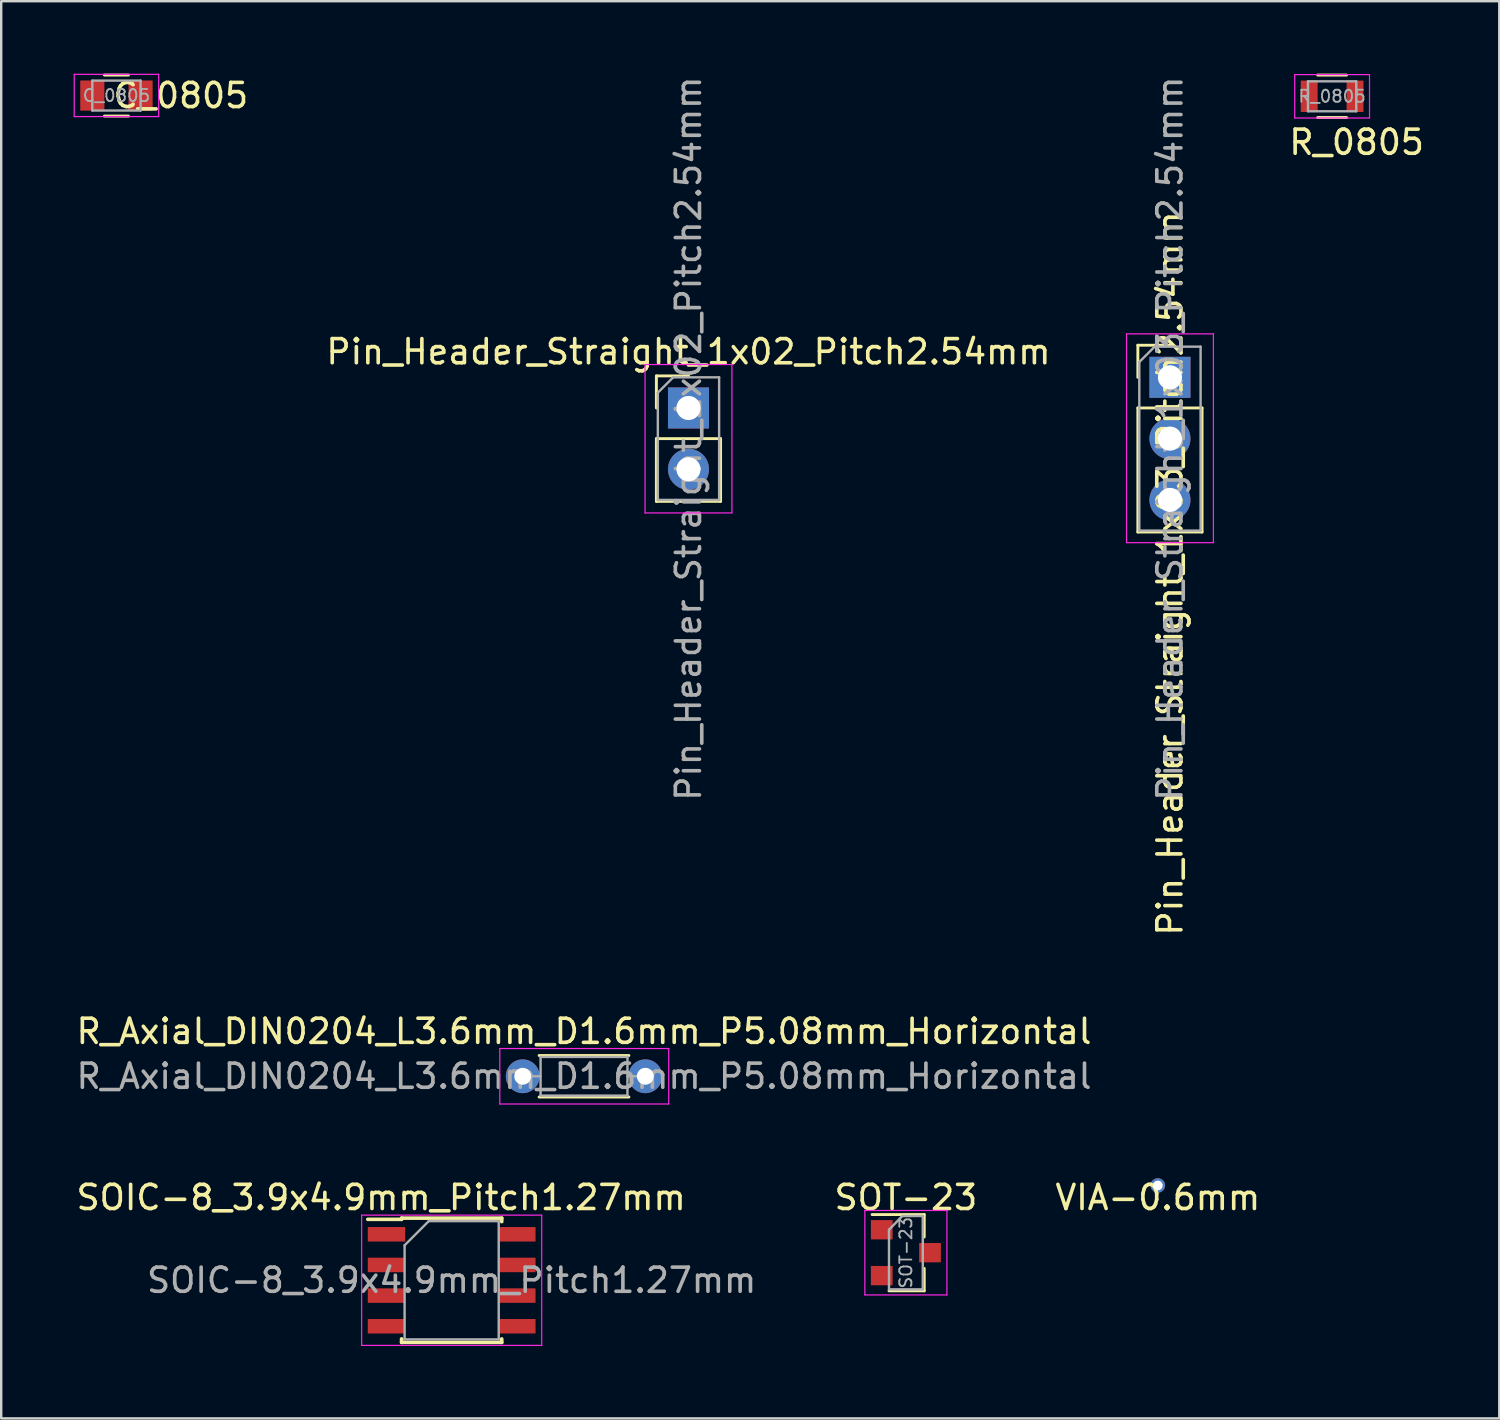
<source format=kicad_pcb>
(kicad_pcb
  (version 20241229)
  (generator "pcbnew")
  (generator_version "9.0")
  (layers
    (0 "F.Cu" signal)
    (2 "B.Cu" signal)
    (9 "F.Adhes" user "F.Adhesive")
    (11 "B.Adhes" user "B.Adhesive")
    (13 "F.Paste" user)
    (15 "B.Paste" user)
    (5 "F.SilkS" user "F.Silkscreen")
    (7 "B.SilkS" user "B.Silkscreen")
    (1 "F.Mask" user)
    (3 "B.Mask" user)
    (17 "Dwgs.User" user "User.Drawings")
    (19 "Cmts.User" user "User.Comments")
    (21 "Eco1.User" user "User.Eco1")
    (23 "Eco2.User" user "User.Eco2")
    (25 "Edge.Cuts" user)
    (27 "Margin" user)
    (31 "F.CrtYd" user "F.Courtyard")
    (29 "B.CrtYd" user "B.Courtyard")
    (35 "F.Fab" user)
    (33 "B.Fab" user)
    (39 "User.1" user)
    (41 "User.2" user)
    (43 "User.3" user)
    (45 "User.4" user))
  (footprint "SOIC-8_3.9x4.9mm_Pitch1.27mm"
    (layer "F.Cu")
    (at 15.665 49.999)
    (property "Reference" "SOIC-8_3.9x4.9mm_Pitch1.27mm" (at -2.921 -3.429 180) (layer "F.SilkS") (effects (font (size 1 1) (thickness 0.15))))
    (attr smd)
    (fp_line (start -2.075 -2.575) (end -2.075 -2.525) (stroke (width 0.15) (type solid)) (layer "F.SilkS"))
    (fp_line (start -2.075 -2.575) (end 2.075 -2.575) (stroke (width 0.15) (type solid)) (layer "F.SilkS"))
    (fp_line (start -2.075 -2.525) (end -3.475 -2.525) (stroke (width 0.15) (type solid)) (layer "F.SilkS"))
    (fp_line (start -2.075 2.575) (end -2.075 2.43) (stroke (width 0.15) (type solid)) (layer "F.SilkS"))
    (fp_line (start -2.075 2.575) (end 2.075 2.575) (stroke (width 0.15) (type solid)) (layer "F.SilkS"))
    (fp_line (start 2.075 -2.575) (end 2.075 -2.43) (stroke (width 0.15) (type solid)) (layer "F.SilkS"))
    (fp_line (start 2.075 2.575) (end 2.075 2.43) (stroke (width 0.15) (type solid)) (layer "F.SilkS"))
    (fp_line (start -3.73 -2.7) (end -3.73 2.7) (stroke (width 0.05) (type solid)) (layer "F.CrtYd"))
    (fp_line (start -3.73 -2.7) (end 3.73 -2.7) (stroke (width 0.05) (type solid)) (layer "F.CrtYd"))
    (fp_line (start -3.73 2.7) (end 3.73 2.7) (stroke (width 0.05) (type solid)) (layer "F.CrtYd"))
    (fp_line (start 3.73 -2.7) (end 3.73 2.7) (stroke (width 0.05) (type solid)) (layer "F.CrtYd"))
    (fp_line (start -1.95 -1.45) (end -0.95 -2.45) (stroke (width 0.1) (type solid)) (layer "F.Fab"))
    (fp_line (start -1.95 2.45) (end -1.95 -1.45) (stroke (width 0.1) (type solid)) (layer "F.Fab"))
    (fp_line (start -0.95 -2.45) (end 1.95 -2.45) (stroke (width 0.1) (type solid)) (layer "F.Fab"))
    (fp_line (start 1.95 -2.45) (end 1.95 2.45) (stroke (width 0.1) (type solid)) (layer "F.Fab"))
    (fp_line (start 1.95 2.45) (end -1.95 2.45) (stroke (width 0.1) (type solid)) (layer "F.Fab"))
    (fp_text user "${REFERENCE}" (at 0 0 0) (layer "F.Fab") (effects (font (size 1 1) (thickness 0.15))))
    (pad "1" smd rect (at -2.7 -1.905) (size 1.55 0.6) (layers "F.Cu" "F.Mask" "F.Paste"))
    (pad "2" smd rect (at -2.7 -0.635) (size 1.55 0.6) (layers "F.Cu" "F.Mask" "F.Paste"))
    (pad "3" smd rect (at -2.7 0.635) (size 1.55 0.6) (layers "F.Cu" "F.Mask" "F.Paste"))
    (pad "4" smd rect (at -2.7 1.905) (size 1.55 0.6) (layers "F.Cu" "F.Mask" "F.Paste"))
    (pad "5" smd rect (at 2.7 1.905) (size 1.55 0.6) (layers "F.Cu" "F.Mask" "F.Paste"))
    (pad "6" smd rect (at 2.7 0.635) (size 1.55 0.6) (layers "F.Cu" "F.Mask" "F.Paste"))
    (pad "7" smd rect (at 2.7 -0.635) (size 1.55 0.6) (layers "F.Cu" "F.Mask" "F.Paste"))
    (pad "8" smd rect (at 2.7 -1.905) (size 1.55 0.6) (layers "F.Cu" "F.Mask" "F.Paste")))
  (footprint "Pin_Header_Straight_1x02_Pitch2.54mm"
    (layer "F.Cu")
    (at 25.478 13.855)
    (property "Reference" "Pin_Header_Straight_1x02_Pitch2.54mm" (at 0 -2.33 0) (layer "F.SilkS") (effects (font (size 1 1) (thickness 0.15))))
    (attr through_hole)
    (fp_line (start -1.33 -1.33) (end 0 -1.33) (stroke (width 0.12) (type solid)) (layer "F.SilkS"))
    (fp_line (start -1.33 0) (end -1.33 -1.33) (stroke (width 0.12) (type solid)) (layer "F.SilkS"))
    (fp_line (start -1.33 1.27) (end -1.33 3.87) (stroke (width 0.12) (type solid)) (layer "F.SilkS"))
    (fp_line (start -1.33 1.27) (end 1.33 1.27) (stroke (width 0.12) (type solid)) (layer "F.SilkS"))
    (fp_line (start -1.33 3.87) (end 1.33 3.87) (stroke (width 0.12) (type solid)) (layer "F.SilkS"))
    (fp_line (start 1.33 1.27) (end 1.33 3.87) (stroke (width 0.12) (type solid)) (layer "F.SilkS"))
    (fp_line (start -1.8 -1.8) (end -1.8 4.35) (stroke (width 0.05) (type solid)) (layer "F.CrtYd"))
    (fp_line (start -1.8 4.35) (end 1.8 4.35) (stroke (width 0.05) (type solid)) (layer "F.CrtYd"))
    (fp_line (start 1.8 -1.8) (end -1.8 -1.8) (stroke (width 0.05) (type solid)) (layer "F.CrtYd"))
    (fp_line (start 1.8 4.35) (end 1.8 -1.8) (stroke (width 0.05) (type solid)) (layer "F.CrtYd"))
    (fp_line (start -1.27 -0.635) (end -0.635 -1.27) (stroke (width 0.1) (type solid)) (layer "F.Fab"))
    (fp_line (start -1.27 3.81) (end -1.27 -0.635) (stroke (width 0.1) (type solid)) (layer "F.Fab"))
    (fp_line (start -0.635 -1.27) (end 1.27 -1.27) (stroke (width 0.1) (type solid)) (layer "F.Fab"))
    (fp_line (start 1.27 -1.27) (end 1.27 3.81) (stroke (width 0.1) (type solid)) (layer "F.Fab"))
    (fp_line (start 1.27 3.81) (end -1.27 3.81) (stroke (width 0.1) (type solid)) (layer "F.Fab"))
    (fp_text user "${REFERENCE}" (at 0 1.27 90) (layer "F.Fab") (effects (font (size 1 1) (thickness 0.15))))
    (pad "1" thru_hole rect (at 0 0) (size 1.7 1.7) (drill 1) (layers "*.Cu" "*.Mask"))
    (pad "2" thru_hole oval (at 0 2.54) (size 1.7 1.7) (drill 1) (layers "*.Cu" "*.Mask")))
  (footprint "VIA-0.6mm"
    (layer "F.Cu")
    (at 44.927 46.07)
    (property "Reference" "VIA-0.6mm" (at 0 0.5 0) (layer "F.SilkS") (effects (font (size 1 1) (thickness 0.15))))
    (attr through_hole)
    (pad "1" thru_hole circle (at 0 0) (size 0.6 0.6) (drill 0.4) (layers "*.Cu")))
  (footprint "R_Axial_DIN0204_L3.6mm_D1.6mm_P5.08mm_Horizontal"
    (layer "F.Cu")
    (at 18.609 41.546)
    (property "Reference" "R_Axial_DIN0204_L3.6mm_D1.6mm_P5.08mm_Horizontal" (at 2.54 -1.86 0) (layer "F.SilkS") (effects (font (size 1 1) (thickness 0.15))))
    (attr through_hole)
    (fp_line (start 0.68 -0.86) (end 4.4 -0.86) (stroke (width 0.12) (type solid)) (layer "F.SilkS"))
    (fp_line (start 0.68 0.86) (end 4.4 0.86) (stroke (width 0.12) (type solid)) (layer "F.SilkS"))
    (fp_line (start -0.95 -1.15) (end -0.95 1.15) (stroke (width 0.05) (type solid)) (layer "F.CrtYd"))
    (fp_line (start -0.95 1.15) (end 6.05 1.15) (stroke (width 0.05) (type solid)) (layer "F.CrtYd"))
    (fp_line (start 6.05 -1.15) (end -0.95 -1.15) (stroke (width 0.05) (type solid)) (layer "F.CrtYd"))
    (fp_line (start 6.05 1.15) (end 6.05 -1.15) (stroke (width 0.05) (type solid)) (layer "F.CrtYd"))
    (fp_line (start 0 0) (end 0.74 0) (stroke (width 0.1) (type solid)) (layer "F.Fab"))
    (fp_line (start 0.74 -0.8) (end 0.74 0.8) (stroke (width 0.1) (type solid)) (layer "F.Fab"))
    (fp_line (start 0.74 0.8) (end 4.34 0.8) (stroke (width 0.1) (type solid)) (layer "F.Fab"))
    (fp_line (start 4.34 -0.8) (end 0.74 -0.8) (stroke (width 0.1) (type solid)) (layer "F.Fab"))
    (fp_line (start 4.34 0.8) (end 4.34 -0.8) (stroke (width 0.1) (type solid)) (layer "F.Fab"))
    (fp_line (start 5.08 0) (end 4.34 0) (stroke (width 0.1) (type solid)) (layer "F.Fab"))
    (fp_text user "${REFERENCE}" (at 2.54 0 0) (layer "F.Fab") (effects (font (size 1 1) (thickness 0.15))))
    (pad "1" thru_hole circle (at 0 0) (size 1.4 1.4) (drill 0.7) (layers "*.Cu" "*.Mask"))
    (pad "2" thru_hole oval (at 5.08 0) (size 1.4 1.4) (drill 0.7) (layers "*.Cu" "*.Mask")))
  (footprint "R_0805"
    (layer "F.Cu")
    (at 52.147 0.94)
    (property "Reference" "R_0805" (at 1.016 1.905 0) (layer "F.SilkS") (effects (font (size 1 1) (thickness 0.15))))
    (attr smd)
    (fp_line (start -0.6 -0.88) (end 0.6 -0.88) (stroke (width 0.12) (type solid)) (layer "F.SilkS"))
    (fp_line (start 0.6 0.88) (end -0.6 0.88) (stroke (width 0.12) (type solid)) (layer "F.SilkS"))
    (fp_line (start -1.55 -0.9) (end -1.55 0.9) (stroke (width 0.05) (type solid)) (layer "F.CrtYd"))
    (fp_line (start -1.55 -0.9) (end 1.55 -0.9) (stroke (width 0.05) (type solid)) (layer "F.CrtYd"))
    (fp_line (start 1.55 0.9) (end -1.55 0.9) (stroke (width 0.05) (type solid)) (layer "F.CrtYd"))
    (fp_line (start 1.55 0.9) (end 1.55 -0.9) (stroke (width 0.05) (type solid)) (layer "F.CrtYd"))
    (fp_line (start -1 -0.62) (end 1 -0.62) (stroke (width 0.1) (type solid)) (layer "F.Fab"))
    (fp_line (start -1 0.62) (end -1 -0.62) (stroke (width 0.1) (type solid)) (layer "F.Fab"))
    (fp_line (start 1 -0.62) (end 1 0.62) (stroke (width 0.1) (type solid)) (layer "F.Fab"))
    (fp_line (start 1 0.62) (end -1 0.62) (stroke (width 0.1) (type solid)) (layer "F.Fab"))
    (fp_text user "${REFERENCE}" (at 0 0 0) (layer "F.Fab") (effects (font (size 0.5 0.5) (thickness 0.075))))
    (pad "1" smd rect (at -0.95 0) (size 0.7 1.3) (layers "F.Cu" "F.Mask" "F.Paste"))
    (pad "2" smd rect (at 0.95 0) (size 0.7 1.3) (layers "F.Cu" "F.Mask" "F.Paste")))
  (footprint "Pin_Header_Straight_1x03_Pitch2.54mm"
    (layer "F.Cu")
    (at 45.428 12.585)
    (property "Reference" "Pin_Header_Straight_1x03_Pitch2.54mm" (at 0 8.128 90) (layer "F.SilkS") (effects (font (size 1 1) (thickness 0.15))))
    (attr through_hole)
    (fp_line (start -1.33 -1.33) (end 0 -1.33) (stroke (width 0.12) (type solid)) (layer "F.SilkS"))
    (fp_line (start -1.33 0) (end -1.33 -1.33) (stroke (width 0.12) (type solid)) (layer "F.SilkS"))
    (fp_line (start -1.33 1.27) (end -1.33 6.41) (stroke (width 0.12) (type solid)) (layer "F.SilkS"))
    (fp_line (start -1.33 1.27) (end 1.33 1.27) (stroke (width 0.12) (type solid)) (layer "F.SilkS"))
    (fp_line (start -1.33 6.41) (end 1.33 6.41) (stroke (width 0.12) (type solid)) (layer "F.SilkS"))
    (fp_line (start 1.33 1.27) (end 1.33 6.41) (stroke (width 0.12) (type solid)) (layer "F.SilkS"))
    (fp_line (start -1.8 -1.8) (end -1.8 6.85) (stroke (width 0.05) (type solid)) (layer "F.CrtYd"))
    (fp_line (start -1.8 6.85) (end 1.8 6.85) (stroke (width 0.05) (type solid)) (layer "F.CrtYd"))
    (fp_line (start 1.8 -1.8) (end -1.8 -1.8) (stroke (width 0.05) (type solid)) (layer "F.CrtYd"))
    (fp_line (start 1.8 6.85) (end 1.8 -1.8) (stroke (width 0.05) (type solid)) (layer "F.CrtYd"))
    (fp_line (start -1.27 -0.635) (end -0.635 -1.27) (stroke (width 0.1) (type solid)) (layer "F.Fab"))
    (fp_line (start -1.27 6.35) (end -1.27 -0.635) (stroke (width 0.1) (type solid)) (layer "F.Fab"))
    (fp_line (start -0.635 -1.27) (end 1.27 -1.27) (stroke (width 0.1) (type solid)) (layer "F.Fab"))
    (fp_line (start 1.27 -1.27) (end 1.27 6.35) (stroke (width 0.1) (type solid)) (layer "F.Fab"))
    (fp_line (start 1.27 6.35) (end -1.27 6.35) (stroke (width 0.1) (type solid)) (layer "F.Fab"))
    (fp_text user "${REFERENCE}" (at 0 2.54 90) (layer "F.Fab") (effects (font (size 1 1) (thickness 0.15))))
    (pad "1" thru_hole rect (at 0 0) (size 1.7 1.7) (drill 1) (layers "*.Cu" "*.Mask"))
    (pad "2" thru_hole oval (at 0 2.54) (size 1.7 1.7) (drill 1) (layers "*.Cu" "*.Mask"))
    (pad "3" thru_hole oval (at 0 5.08) (size 1.7 1.7) (drill 1) (layers "*.Cu" "*.Mask")))
  (footprint "SOT-23"
    (layer "F.Cu")
    (at 34.486 48.856)
    (property "Reference" "SOT-23" (at 0 -2.286 0) (layer "F.SilkS") (effects (font (size 1 1) (thickness 0.15))))
    (attr smd)
    (fp_line (start 0.76 -1.58) (end -1.4 -1.58) (stroke (width 0.12) (type solid)) (layer "F.SilkS"))
    (fp_line (start 0.76 -1.58) (end 0.76 -0.65) (stroke (width 0.12) (type solid)) (layer "F.SilkS"))
    (fp_line (start 0.76 1.58) (end -0.7 1.58) (stroke (width 0.12) (type solid)) (layer "F.SilkS"))
    (fp_line (start 0.76 1.58) (end 0.76 0.65) (stroke (width 0.12) (type solid)) (layer "F.SilkS"))
    (fp_line (start -1.7 -1.75) (end 1.7 -1.75) (stroke (width 0.05) (type solid)) (layer "F.CrtYd"))
    (fp_line (start -1.7 1.75) (end -1.7 -1.75) (stroke (width 0.05) (type solid)) (layer "F.CrtYd"))
    (fp_line (start 1.7 -1.75) (end 1.7 1.75) (stroke (width 0.05) (type solid)) (layer "F.CrtYd"))
    (fp_line (start 1.7 1.75) (end -1.7 1.75) (stroke (width 0.05) (type solid)) (layer "F.CrtYd"))
    (fp_line (start -0.7 -0.95) (end -0.7 1.5) (stroke (width 0.1) (type solid)) (layer "F.Fab"))
    (fp_line (start -0.7 -0.95) (end -0.15 -1.52) (stroke (width 0.1) (type solid)) (layer "F.Fab"))
    (fp_line (start -0.7 1.52) (end 0.7 1.52) (stroke (width 0.1) (type solid)) (layer "F.Fab"))
    (fp_line (start -0.15 -1.52) (end 0.7 -1.52) (stroke (width 0.1) (type solid)) (layer "F.Fab"))
    (fp_line (start 0.7 -1.52) (end 0.7 1.52) (stroke (width 0.1) (type solid)) (layer "F.Fab"))
    (fp_text user "${REFERENCE}" (at 0 0 90) (layer "F.Fab") (effects (font (size 0.5 0.5) (thickness 0.075))))
    (pad "1" smd rect (at -1 -0.95) (size 0.9 0.8) (layers "F.Cu" "F.Mask" "F.Paste"))
    (pad "2" smd rect (at -1 0.95) (size 0.9 0.8) (layers "F.Cu" "F.Mask" "F.Paste"))
    (pad "3" smd rect (at 1 0) (size 0.9 0.8) (layers "F.Cu" "F.Mask" "F.Paste")))
  (footprint "C_0805"
    (layer "F.Cu")
    (at 1.775 0.91)
    (property "Reference" "C_0805" (at 2.667 0 0) (layer "F.SilkS") (effects (font (size 1 1) (thickness 0.15))))
    (attr smd)
    (fp_line (start -0.5 0.85) (end 0.5 0.85) (stroke (width 0.12) (type solid)) (layer "F.SilkS"))
    (fp_line (start 0.5 -0.85) (end -0.5 -0.85) (stroke (width 0.12) (type solid)) (layer "F.SilkS"))
    (fp_line (start -1.75 -0.88) (end -1.75 0.87) (stroke (width 0.05) (type solid)) (layer "F.CrtYd"))
    (fp_line (start -1.75 -0.88) (end 1.75 -0.88) (stroke (width 0.05) (type solid)) (layer "F.CrtYd"))
    (fp_line (start 1.75 0.87) (end -1.75 0.87) (stroke (width 0.05) (type solid)) (layer "F.CrtYd"))
    (fp_line (start 1.75 0.87) (end 1.75 -0.88) (stroke (width 0.05) (type solid)) (layer "F.CrtYd"))
    (fp_line (start -1 -0.62) (end 1 -0.62) (stroke (width 0.1) (type solid)) (layer "F.Fab"))
    (fp_line (start -1 0.62) (end -1 -0.62) (stroke (width 0.1) (type solid)) (layer "F.Fab"))
    (fp_line (start 1 -0.62) (end 1 0.62) (stroke (width 0.1) (type solid)) (layer "F.Fab"))
    (fp_line (start 1 0.62) (end -1 0.62) (stroke (width 0.1) (type solid)) (layer "F.Fab"))
    (fp_text user "${REFERENCE}" (at 0 0 0) (layer "F.Fab") (effects (font (size 0.5 0.5) (thickness 0.075))))
    (pad "1" smd rect (at -1 0) (size 1 1.25) (layers "F.Cu" "F.Mask" "F.Paste"))
    (pad "2" smd rect (at 1 0) (size 1 1.25) (layers "F.Cu" "F.Mask" "F.Paste")))
  (gr_rect
    (start -3 -3)
    (end 59.074 55.724)
    (stroke (width 0.1) (type default))
    (fill no)
    (layer "Edge.Cuts")))
</source>
